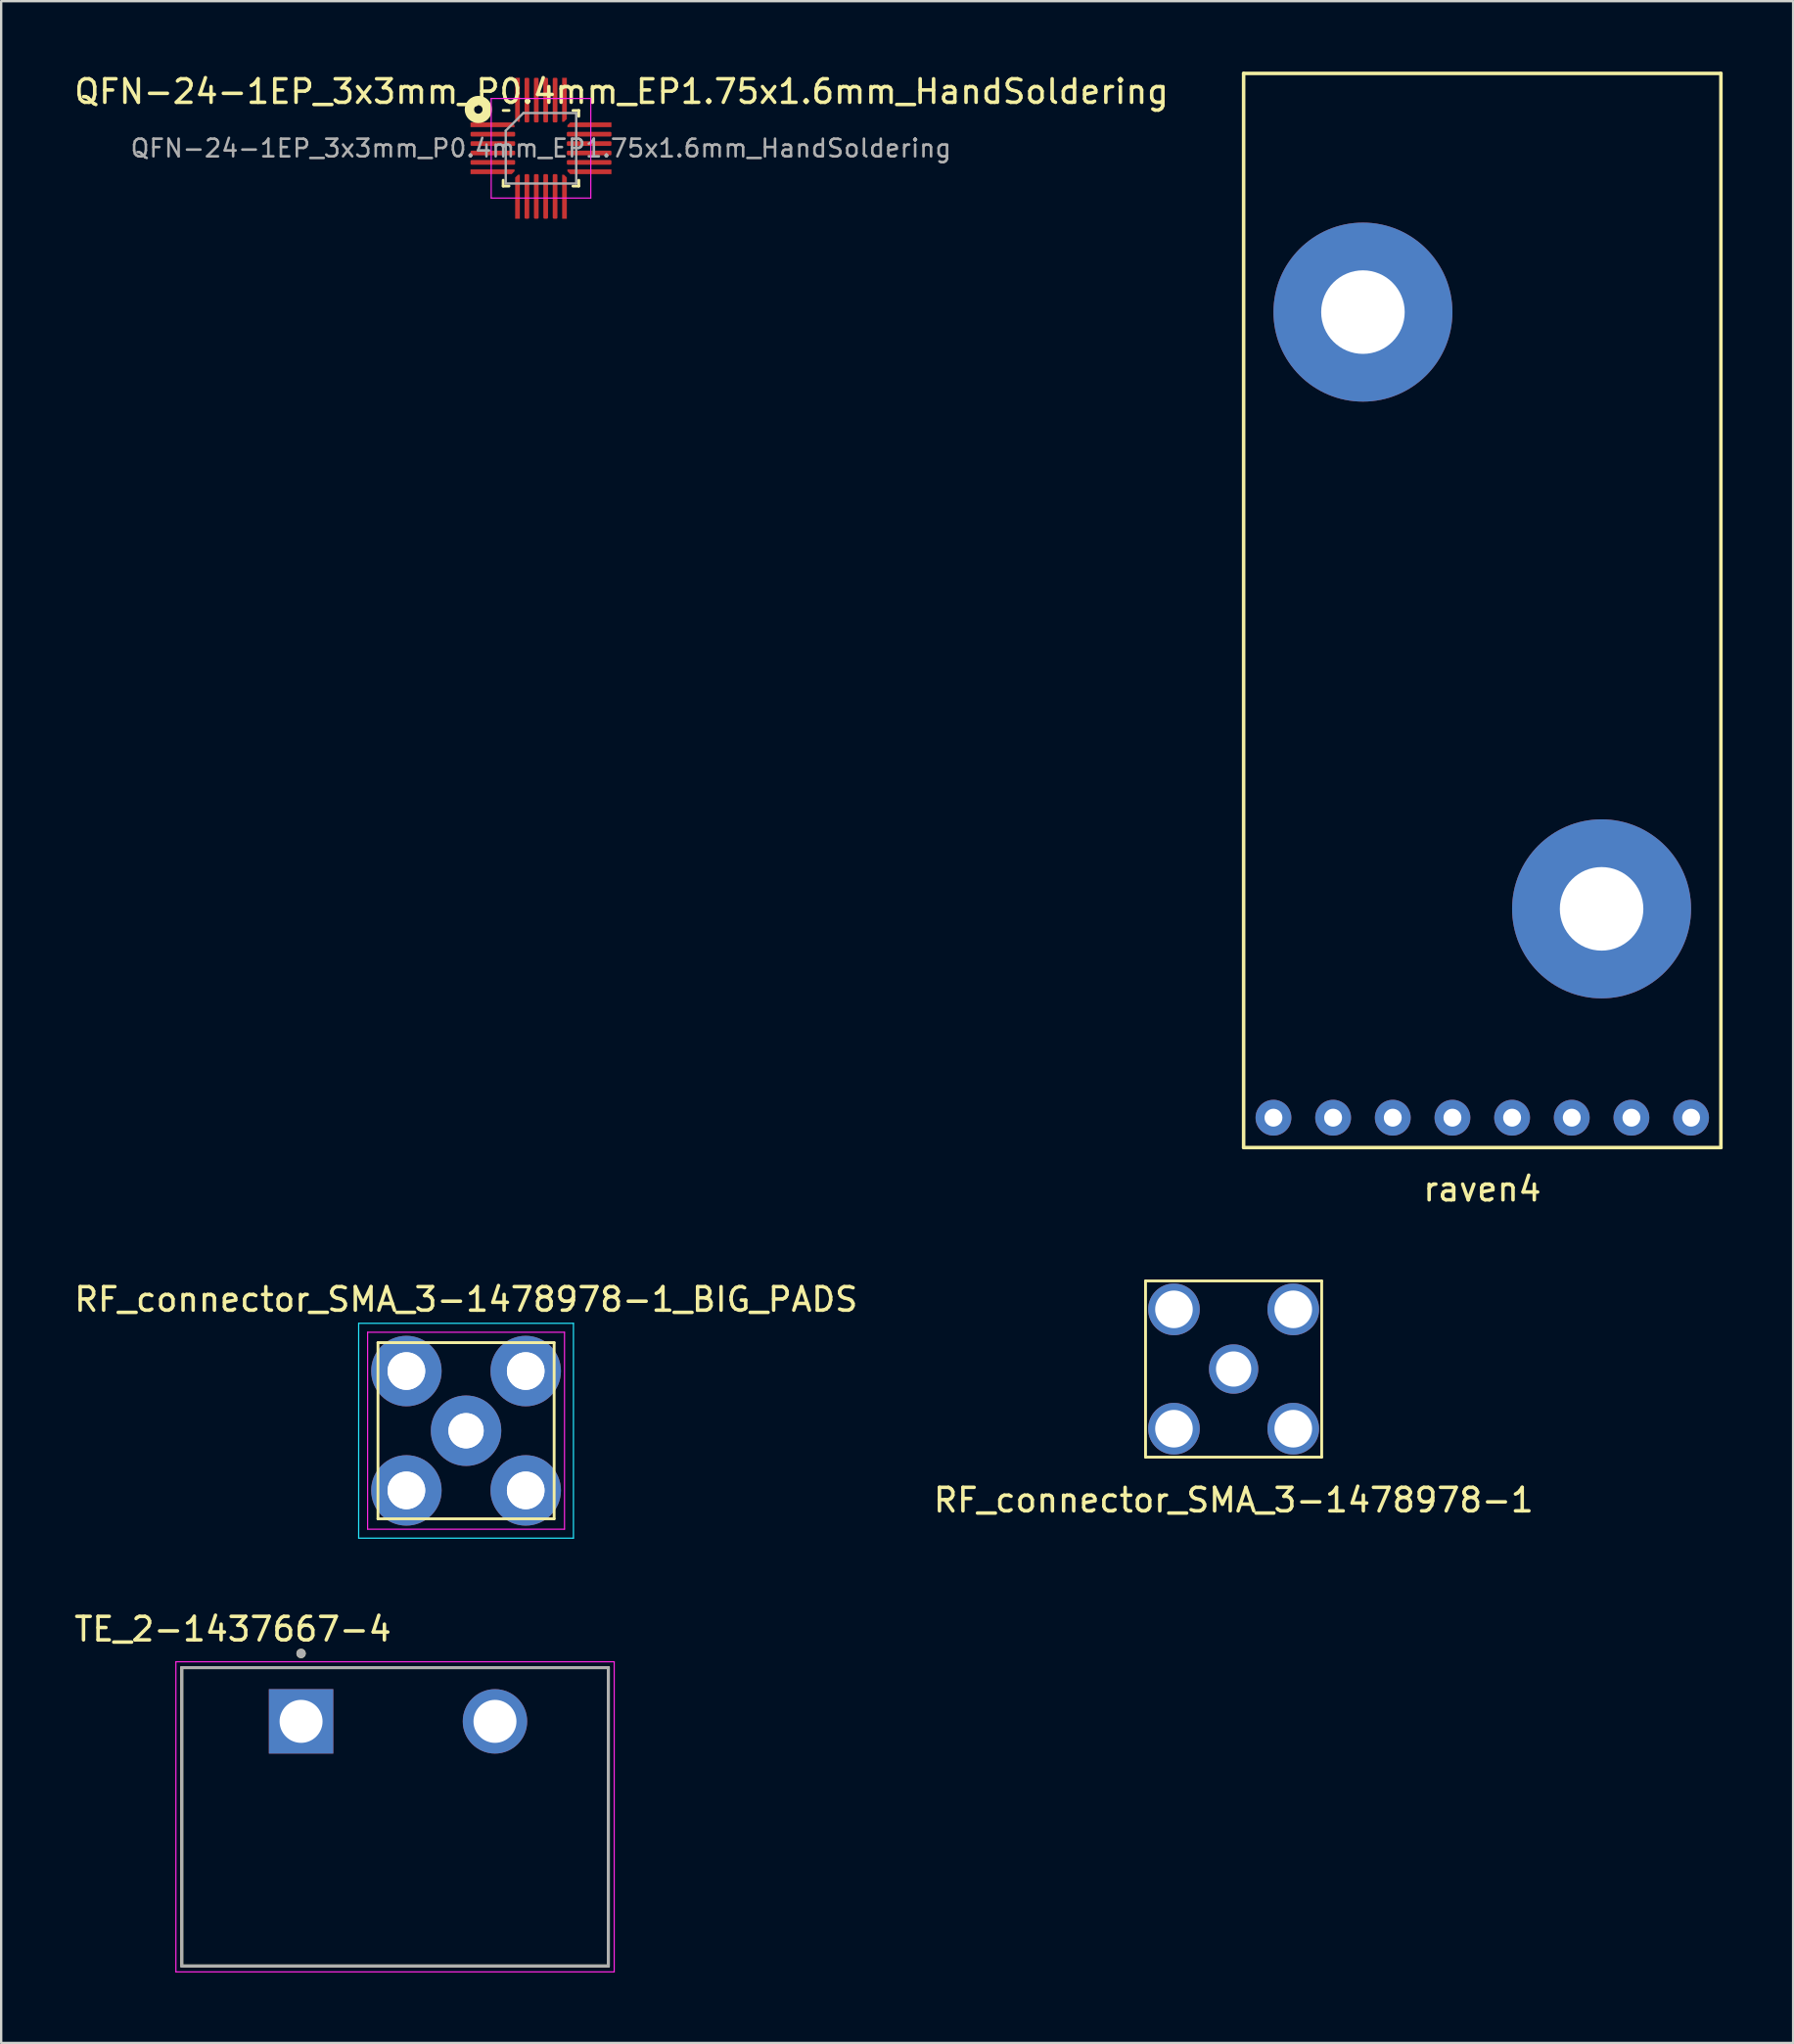
<source format=kicad_pcb>
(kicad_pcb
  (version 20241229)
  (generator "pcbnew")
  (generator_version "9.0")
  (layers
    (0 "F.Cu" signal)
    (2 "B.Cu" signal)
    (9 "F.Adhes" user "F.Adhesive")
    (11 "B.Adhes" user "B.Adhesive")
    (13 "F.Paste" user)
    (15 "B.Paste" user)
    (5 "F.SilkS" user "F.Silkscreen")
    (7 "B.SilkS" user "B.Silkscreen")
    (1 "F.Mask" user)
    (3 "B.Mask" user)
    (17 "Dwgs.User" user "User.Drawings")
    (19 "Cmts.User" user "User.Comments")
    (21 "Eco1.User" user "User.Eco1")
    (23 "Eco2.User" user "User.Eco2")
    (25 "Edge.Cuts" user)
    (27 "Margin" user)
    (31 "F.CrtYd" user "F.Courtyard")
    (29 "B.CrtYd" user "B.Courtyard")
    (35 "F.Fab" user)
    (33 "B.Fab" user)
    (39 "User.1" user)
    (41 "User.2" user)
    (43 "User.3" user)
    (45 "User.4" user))
  (footprint "RF_connector_SMA_3-1478978-1"
    (layer "F.Cu")
    (at 49.47 55.223)
    (property "Reference" "RF_connector_SMA_3-1478978-1" (at 0 5.58 0) (layer "F.SilkS") (effects (font (size 1 1) (thickness 0.15))))
    (attr through_hole)
    (fp_line (start -3.75 -3.75) (end -3.75 3.75) (stroke (width 0.12) (type solid)) (layer "F.SilkS"))
    (fp_line (start -3.75 -3.75) (end 3.75 -3.75) (stroke (width 0.12) (type solid)) (layer "F.SilkS"))
    (fp_line (start 3.75 -3.75) (end 3.75 3.75) (stroke (width 0.12) (type solid)) (layer "F.SilkS"))
    (fp_line (start 3.75 3.75) (end -3.75 3.75) (stroke (width 0.12) (type solid)) (layer "F.SilkS"))
    (pad "1" thru_hole circle (at 0 0) (size 2.1 2.1) (drill 1.5) (layers "*.Cu" "*.Mask"))
    (pad "2" thru_hole circle (at -2.54 -2.54) (size 2.2 2.2) (drill 1.6) (layers "*.Cu" "*.Mask"))
    (pad "2" thru_hole circle (at -2.54 2.54) (size 2.2 2.2) (drill 1.6) (layers "*.Cu" "*.Mask"))
    (pad "2" thru_hole circle (at 2.54 -2.54) (size 2.2 2.2) (drill 1.6) (layers "*.Cu" "*.Mask"))
    (pad "2" thru_hole circle (at 2.54 2.54) (size 2.2 2.2) (drill 1.6) (layers "*.Cu" "*.Mask")))
  (footprint "TE_2-1437667-4"
    (layer "F.Cu")
    (at 9.768 70.22)
    (property "Reference" "TE_2-1437667-4" (at -2.905 -3.925 0) (layer "F.SilkS") (effects (font (size 1 1) (thickness 0.15))))
    (attr through_hole)
    (fp_line (start -5.08 -2.286) (end 13.081 -2.286) (stroke (width 0.127) (type solid)) (layer "F.SilkS"))
    (fp_line (start -5.08 10.414) (end -5.08 -2.286) (stroke (width 0.127) (type solid)) (layer "F.SilkS"))
    (fp_line (start 13.081 -2.286) (end 13.081 10.414) (stroke (width 0.127) (type solid)) (layer "F.SilkS"))
    (fp_line (start 13.081 10.414) (end -5.08 10.414) (stroke (width 0.127) (type solid)) (layer "F.SilkS"))
    (fp_circle (center 0 -2.89) (end 0.1 -2.89) (stroke (width 0.2) (type solid)) (fill no) (layer "F.SilkS"))
    (fp_line (start -5.33 -2.536) (end 13.331 -2.536) (stroke (width 0.05) (type solid)) (layer "F.CrtYd"))
    (fp_line (start -5.33 10.664) (end -5.33 -2.536) (stroke (width 0.05) (type solid)) (layer "F.CrtYd"))
    (fp_line (start 13.331 -2.536) (end 13.331 10.664) (stroke (width 0.05) (type solid)) (layer "F.CrtYd"))
    (fp_line (start 13.331 10.664) (end -5.33 10.664) (stroke (width 0.05) (type solid)) (layer "F.CrtYd"))
    (fp_line (start -5.08 -2.286) (end 13.081 -2.286) (stroke (width 0.127) (type solid)) (layer "F.Fab"))
    (fp_line (start -5.08 10.414) (end -5.08 -2.286) (stroke (width 0.127) (type solid)) (layer "F.Fab"))
    (fp_line (start 13.081 -2.286) (end 13.081 10.414) (stroke (width 0.127) (type solid)) (layer "F.Fab"))
    (fp_line (start 13.081 10.414) (end -5.08 10.414) (stroke (width 0.127) (type solid)) (layer "F.Fab"))
    (fp_circle (center 0 -2.89) (end 0.1 -2.89) (stroke (width 0.2) (type solid)) (fill no) (layer "F.Fab"))
    (pad "1" thru_hole rect (at 0 0) (size 2.743 2.743) (drill 1.829) (layers "*.Cu" "*.Mask"))
    (pad "2" thru_hole circle (at 8.255 0) (size 2.743 2.743) (drill 1.829) (layers "*.Cu" "*.Mask")))
  (footprint "QFN-24-1EP_3x3mm_P0.4mm_EP1.75x1.6mm_HandSoldering"
    (layer "F.Cu")
    (at 19.982 3.261)
    (property "Reference" "QFN-24-1EP_3x3mm_P0.4mm_EP1.75x1.6mm_HandSoldering" (at 3.429 -2.413 0) (layer "F.SilkS") (effects (font (size 1 1) (thickness 0.15))))
    (attr smd)
    (fp_line (start -1.61 1.61) (end -1.61 1.36) (stroke (width 0.12) (type solid)) (layer "F.SilkS"))
    (fp_line (start -1.36 -1.61) (end -1.61 -1.61) (stroke (width 0.12) (type solid)) (layer "F.SilkS"))
    (fp_line (start -1.36 1.61) (end -1.61 1.61) (stroke (width 0.12) (type solid)) (layer "F.SilkS"))
    (fp_line (start 1.36 -1.61) (end 1.61 -1.61) (stroke (width 0.12) (type solid)) (layer "F.SilkS"))
    (fp_line (start 1.36 1.61) (end 1.61 1.61) (stroke (width 0.12) (type solid)) (layer "F.SilkS"))
    (fp_line (start 1.61 -1.61) (end 1.61 -1.36) (stroke (width 0.12) (type solid)) (layer "F.SilkS"))
    (fp_line (start 1.61 1.61) (end 1.61 1.36) (stroke (width 0.12) (type solid)) (layer "F.SilkS"))
    (fp_arc (start -2.540001 -1.777999) (mid -2.793999 -1.524001) (end -2.540001 -1.777999) (stroke (width 0.4) (type solid)) (layer "F.SilkS"))
    (fp_line (start -2.12 -2.12) (end -2.12 2.12) (stroke (width 0.05) (type solid)) (layer "F.CrtYd"))
    (fp_line (start -2.12 2.12) (end 2.12 2.12) (stroke (width 0.05) (type solid)) (layer "F.CrtYd"))
    (fp_line (start 2.12 -2.12) (end -2.12 -2.12) (stroke (width 0.05) (type solid)) (layer "F.CrtYd"))
    (fp_line (start 2.12 2.12) (end 2.12 -2.12) (stroke (width 0.05) (type solid)) (layer "F.CrtYd"))
    (fp_line (start -1.5 -0.75) (end -0.75 -1.5) (stroke (width 0.1) (type solid)) (layer "F.Fab"))
    (fp_line (start -1.5 1.5) (end -1.5 -0.75) (stroke (width 0.1) (type solid)) (layer "F.Fab"))
    (fp_line (start -0.75 -1.5) (end 1.5 -1.5) (stroke (width 0.1) (type solid)) (layer "F.Fab"))
    (fp_line (start 1.5 -1.5) (end 1.5 1.5) (stroke (width 0.1) (type solid)) (layer "F.Fab"))
    (fp_line (start 1.5 1.5) (end -1.5 1.5) (stroke (width 0.1) (type solid)) (layer "F.Fab"))
    (fp_text user "${REFERENCE}" (at 0 0 0) (layer "F.Fab") (effects (font (size 0.75 0.75) (thickness 0.11))))
    (pad "1" smd custom (at -1.5 -1) (size 0.3 0.115) (layers "F.Cu" "F.Mask" "F.Paste") (options (anchor rect)) (primitives (gr_poly (pts (xy -1.5 -0.1) (xy 0.255 -0.1) (xy 0.375 0.02) (xy 0.375 0.1) (xy -1.5 0.1)) (width 0) (fill yes))))
    (pad "2" smd roundrect (at -2.05 -0.6) (size 1.9 0.2) (layers "F.Cu" "F.Mask" "F.Paste") (roundrect_rratio 0.25))
    (pad "3" smd roundrect (at -2.05 -0.2) (size 1.9 0.2) (layers "F.Cu" "F.Mask" "F.Paste") (roundrect_rratio 0.25))
    (pad "4" smd roundrect (at -2.05 0.2) (size 1.9 0.2) (layers "F.Cu" "F.Mask" "F.Paste") (roundrect_rratio 0.25))
    (pad "5" smd roundrect (at -2.05 0.6) (size 1.9 0.2) (layers "F.Cu" "F.Mask" "F.Paste") (roundrect_rratio 0.25))
    (pad "6" smd custom (at -1.5 1) (size 0.115 0.115) (layers "F.Cu" "F.Mask" "F.Paste") (options (anchor circle)) (primitives (gr_poly (pts (xy -1.5 -0.1) (xy 0.375 -0.1) (xy 0.375 -0.02) (xy 0.255 0.1) (xy -1.5 0.1)) (width 0) (fill yes))))
    (pad "7" smd custom (at -1 1.5) (size 0.115 0.115) (layers "F.Cu" "F.Mask" "F.Paste") (options (anchor circle)) (primitives (gr_poly (pts (xy -0.1 -0.255) (xy 0.02 -0.375) (xy 0.1 -0.375) (xy 0.1 1.5) (xy -0.1 1.5)) (width 0) (fill yes))))
    (pad "8" smd roundrect (at -0.6 2.05) (size 0.2 1.9) (layers "F.Cu" "F.Mask" "F.Paste") (roundrect_rratio 0.25))
    (pad "9" smd roundrect (at -0.2 2.05) (size 0.2 1.9) (layers "F.Cu" "F.Mask" "F.Paste") (roundrect_rratio 0.25))
    (pad "10" smd roundrect (at 0.2 2.05) (size 0.2 1.9) (layers "F.Cu" "F.Mask" "F.Paste") (roundrect_rratio 0.25))
    (pad "11" smd roundrect (at 0.6 2.05) (size 0.2 1.9) (layers "F.Cu" "F.Mask" "F.Paste") (roundrect_rratio 0.25))
    (pad "12" smd custom (at 1 1.5) (size 0.115 0.115) (layers "F.Cu" "F.Mask" "F.Paste") (options (anchor circle)) (primitives (gr_poly (pts (xy -0.1 -0.375) (xy -0.02 -0.375) (xy 0.1 -0.255) (xy 0.1 1.5) (xy -0.1 1.5)) (width 0) (fill yes))))
    (pad "13" smd custom (at 1.5 1) (size 0.115 0.115) (layers "F.Cu" "F.Mask" "F.Paste") (options (anchor circle)) (primitives (gr_poly (pts (xy -0.375 -0.1) (xy 1.5 -0.1) (xy 1.5 0.1) (xy -0.255 0.1) (xy -0.375 -0.02)) (width 0) (fill yes))))
    (pad "14" smd roundrect (at 2.05 0.6) (size 1.9 0.2) (layers "F.Cu" "F.Mask" "F.Paste") (roundrect_rratio 0.25))
    (pad "15" smd roundrect (at 2.05 0.2) (size 1.9 0.2) (layers "F.Cu" "F.Mask" "F.Paste") (roundrect_rratio 0.25))
    (pad "16" smd roundrect (at 2.05 -0.2) (size 1.9 0.2) (layers "F.Cu" "F.Mask" "F.Paste") (roundrect_rratio 0.25))
    (pad "17" smd roundrect (at 2.05 -0.6) (size 1.9 0.2) (layers "F.Cu" "F.Mask" "F.Paste") (roundrect_rratio 0.25))
    (pad "18" smd custom (at 1.5 -1) (size 0.115 0.115) (layers "F.Cu" "F.Mask" "F.Paste") (options (anchor circle)) (primitives (gr_poly (pts (xy -0.375 0.02) (xy -0.255 -0.1) (xy 1.5 -0.1) (xy 1.5 0.1) (xy -0.375 0.1)) (width 0) (fill yes))))
    (pad "19" smd custom (at 1 -1.5) (size 0.115 0.115) (layers "F.Cu" "F.Mask" "F.Paste") (options (anchor circle)) (primitives (gr_poly (pts (xy -0.1 -1.5) (xy 0.1 -1.5) (xy 0.1 0.255) (xy -0.02 0.375) (xy -0.1 0.375)) (width 0) (fill yes))))
    (pad "20" smd roundrect (at 0.6 -2.05) (size 0.2 1.9) (layers "F.Cu" "F.Mask" "F.Paste") (roundrect_rratio 0.25))
    (pad "21" smd roundrect (at 0.2 -2.05) (size 0.2 1.9) (layers "F.Cu" "F.Mask" "F.Paste") (roundrect_rratio 0.25))
    (pad "22" smd roundrect (at -0.2 -2.05) (size 0.2 1.9) (layers "F.Cu" "F.Mask" "F.Paste") (roundrect_rratio 0.25))
    (pad "23" smd roundrect (at -0.6 -2.05) (size 0.2 1.9) (layers "F.Cu" "F.Mask" "F.Paste") (roundrect_rratio 0.25))
    (pad "24" smd custom (at -1 -1.5) (size 0.115 0.115) (layers "F.Cu" "F.Mask" "F.Paste") (options (anchor circle)) (primitives (gr_poly (pts (xy -0.1 -1.5) (xy 0.1 -1.5) (xy 0.1 0.375) (xy 0.02 0.375) (xy -0.1 0.255)) (width 0) (fill yes)))))
  (footprint "raven4"
    (layer "F.Cu")
    (at 60.056 47.065)
    (property "Reference" "raven4" (at 0 0.5 0) (layer "F.SilkS") (effects (font (size 1 1) (thickness 0.15))))
    (attr through_hole)
    (fp_line (start -10.16 -46.99) (end -10.16 -1.27) (stroke (width 0.15) (type solid)) (layer "F.SilkS"))
    (fp_line (start -10.16 -1.27) (end 10.16 -1.27) (stroke (width 0.15) (type solid)) (layer "F.SilkS"))
    (fp_line (start 10.16 -46.99) (end -10.16 -46.99) (stroke (width 0.15) (type solid)) (layer "F.SilkS"))
    (fp_line (start 10.16 -1.27) (end 10.16 -46.99) (stroke (width 0.15) (type solid)) (layer "F.SilkS"))
    (pad "1" thru_hole circle (at -8.89 -2.54) (size 1.524 1.524) (drill 0.762) (layers "*.Cu" "*.Mask"))
    (pad "2" thru_hole circle (at -6.35 -2.54) (size 1.524 1.524) (drill 0.762) (layers "*.Cu" "*.Mask"))
    (pad "3" thru_hole circle (at -3.81 -2.54) (size 1.524 1.524) (drill 0.762) (layers "*.Cu" "*.Mask"))
    (pad "4" thru_hole circle (at 1.27 -2.54) (size 1.524 1.524) (drill 0.762) (layers "*.Cu" "*.Mask"))
    (pad "5" thru_hole circle (at -1.27 -2.54) (size 1.524 1.524) (drill 0.762) (layers "*.Cu" "*.Mask"))
    (pad "6" thru_hole circle (at 3.81 -2.54) (size 1.524 1.524) (drill 0.762) (layers "*.Cu" "*.Mask"))
    (pad "7" thru_hole circle (at 6.35 -2.54) (size 1.524 1.524) (drill 0.762) (layers "*.Cu" "*.Mask"))
    (pad "8" thru_hole circle (at 8.89 -2.54) (size 1.524 1.524) (drill 0.762) (layers "*.Cu" "*.Mask"))
    (pad "9" thru_hole circle (at 5.08 -11.43) (size 7.62 7.62) (drill 3.556) (layers "*.Cu" "*.Mask"))
    (pad "10" thru_hole circle (at -5.08 -36.83) (size 7.62 7.62) (drill 3.556) (layers "*.Cu" "*.Mask")))
  (footprint "RF_connector_SMA_3-1478978-1_BIG_PADS"
    (layer "F.Cu")
    (at 16.792 57.849)
    (property "Reference" "RF_connector_SMA_3-1478978-1_BIG_PADS" (at 0 -5.588 0) (layer "F.SilkS") (effects (font (size 1 1) (thickness 0.15))))
    (attr through_hole)
    (fp_line (start -3.75 -3.75) (end -3.75 3.75) (stroke (width 0.12) (type solid)) (layer "F.SilkS"))
    (fp_line (start -3.75 -3.75) (end 3.75 -3.75) (stroke (width 0.12) (type solid)) (layer "F.SilkS"))
    (fp_line (start 3.75 -3.75) (end 3.75 3.75) (stroke (width 0.12) (type solid)) (layer "F.SilkS"))
    (fp_line (start 3.75 3.75) (end -3.75 3.75) (stroke (width 0.12) (type solid)) (layer "F.SilkS"))
    (fp_line (start -4.572 -4.572) (end -4.572 4.572) (stroke (width 0.05) (type solid)) (layer "B.CrtYd"))
    (fp_line (start 4.572 -4.572) (end -4.572 -4.572) (stroke (width 0.05) (type solid)) (layer "B.CrtYd"))
    (fp_line (start 4.572 4.572) (end -4.572 4.572) (stroke (width 0.05) (type solid)) (layer "B.CrtYd"))
    (fp_line (start 4.572 4.572) (end 4.572 -4.572) (stroke (width 0.05) (type solid)) (layer "B.CrtYd"))
    (fp_line (start -4.191 -4.191) (end -4.191 4.191) (stroke (width 0.05) (type solid)) (layer "F.CrtYd"))
    (fp_line (start -4.191 4.191) (end 4.191 4.191) (stroke (width 0.05) (type solid)) (layer "F.CrtYd"))
    (fp_line (start 4.191 -4.191) (end -4.191 -4.191) (stroke (width 0.05) (type solid)) (layer "F.CrtYd"))
    (fp_line (start 4.191 4.191) (end 4.191 -4.191) (stroke (width 0.05) (type solid)) (layer "F.CrtYd"))
    (pad "1" thru_hole circle (at 0 0) (size 2.1 2.1) (drill 1.5) (layers "F.Cu" "F.Mask"))
    (pad "1" thru_hole circle (at 0 0) (size 3 3) (drill 1.5) (layers "B.Cu" "B.Mask"))
    (pad "2" thru_hole circle (at -2.54 -2.54) (size 2 2) (drill 1.6) (layers "F.Cu" "F.Mask"))
    (pad "2" thru_hole circle (at -2.54 -2.54) (size 3 3) (drill 1.6) (layers "B.Cu" "B.Mask"))
    (pad "2" thru_hole circle (at -2.54 2.54) (size 2 2) (drill 1.6) (layers "F.Cu" "F.Mask"))
    (pad "2" thru_hole circle (at -2.54 2.54) (size 3 3) (drill 1.6) (layers "B.Cu" "B.Mask"))
    (pad "2" thru_hole circle (at 2.54 -2.54) (size 2 2) (drill 1.6) (layers "F.Cu" "F.Mask"))
    (pad "2" thru_hole circle (at 2.54 -2.54) (size 3 3) (drill 1.6) (layers "B.Cu" "B.Mask"))
    (pad "2" thru_hole circle (at 2.54 2.54) (size 2 2) (drill 1.6) (layers "F.Cu" "F.Mask"))
    (pad "2" thru_hole circle (at 2.54 2.54) (size 3 3) (drill 1.6) (layers "B.Cu" "B.Mask")))
  (gr_rect
    (start -3 -3)
    (end 73.291 83.909)
    (stroke (width 0.1) (type default))
    (fill no)
    (layer "Edge.Cuts")))
</source>
